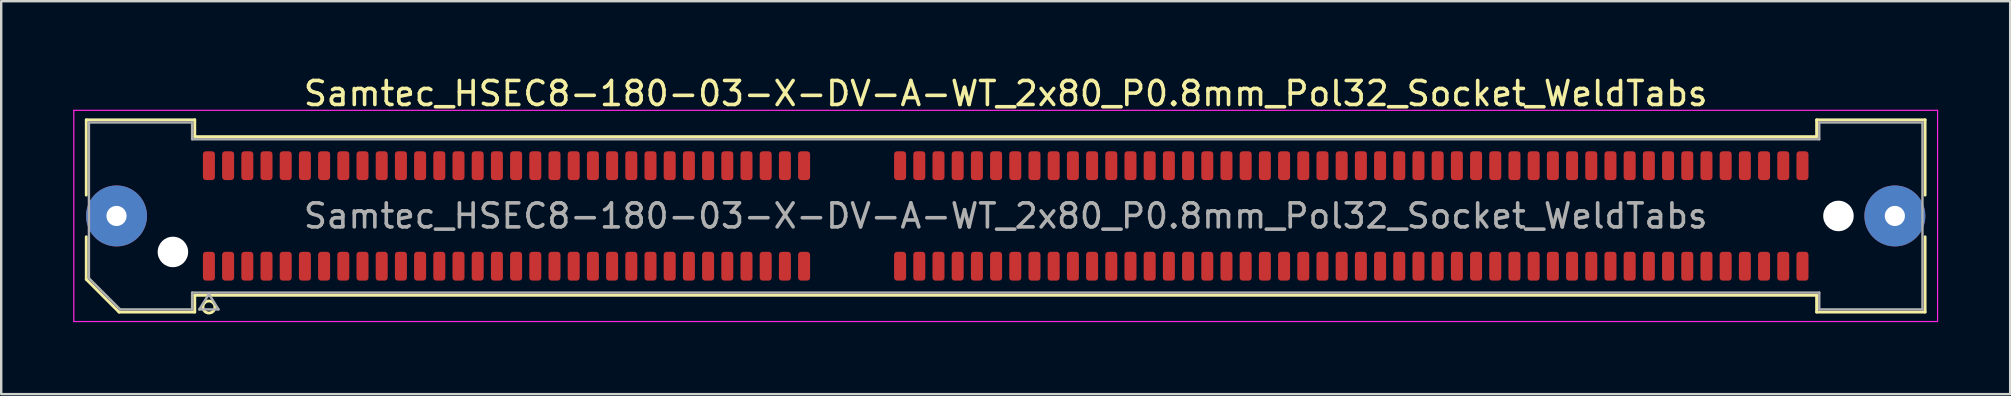
<source format=kicad_pcb>
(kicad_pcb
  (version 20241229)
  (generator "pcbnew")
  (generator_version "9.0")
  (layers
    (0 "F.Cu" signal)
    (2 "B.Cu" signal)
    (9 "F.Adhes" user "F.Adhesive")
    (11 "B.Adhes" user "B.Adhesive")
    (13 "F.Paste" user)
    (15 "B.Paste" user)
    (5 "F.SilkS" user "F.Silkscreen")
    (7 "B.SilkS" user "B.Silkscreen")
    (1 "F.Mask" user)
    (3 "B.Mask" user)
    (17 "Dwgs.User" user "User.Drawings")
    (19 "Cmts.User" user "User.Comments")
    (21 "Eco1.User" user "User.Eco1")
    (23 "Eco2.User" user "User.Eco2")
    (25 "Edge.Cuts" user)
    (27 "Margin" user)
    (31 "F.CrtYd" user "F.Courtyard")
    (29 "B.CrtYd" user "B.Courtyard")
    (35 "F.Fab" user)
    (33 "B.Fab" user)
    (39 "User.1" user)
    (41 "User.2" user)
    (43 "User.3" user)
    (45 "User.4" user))
  (footprint "Samtec_HSEC8-180-03-X-DV-A-WT_2x80_P0.8mm_Pol32_Socket_WeldTabs"
    (layer "F.Cu")
    (at 38.855 5.948)
    (property "Reference" "Samtec_HSEC8-180-03-X-DV-A-WT_2x80_P0.8mm_Pol32_Socket_WeldTabs" (at 0 -5.1 0) (layer "F.SilkS") (effects (font (size 1 1) (thickness 0.15))))
    (attr smd)
    (fp_line (start -38.31 -4.005) (end -33.79 -4.005) (stroke (width 0.12) (type solid)) (layer "F.SilkS"))
    (fp_line (start -38.31 -0.868) (end -38.31 -4.005) (stroke (width 0.12) (type solid)) (layer "F.SilkS"))
    (fp_line (start -38.31 2.641) (end -38.31 0.868) (stroke (width 0.12) (type solid)) (layer "F.SilkS"))
    (fp_line (start -36.946 4.005) (end -38.31 2.641) (stroke (width 0.12) (type solid)) (layer "F.SilkS"))
    (fp_line (start -33.79 -4.005) (end -33.79 -3.305) (stroke (width 0.12) (type solid)) (layer "F.SilkS"))
    (fp_line (start -33.79 -3.305) (end 33.79 -3.305) (stroke (width 0.12) (type solid)) (layer "F.SilkS"))
    (fp_line (start -33.79 3.305) (end -33.79 4.005) (stroke (width 0.12) (type solid)) (layer "F.SilkS"))
    (fp_line (start -33.79 4.005) (end -36.946 4.005) (stroke (width 0.12) (type solid)) (layer "F.SilkS"))
    (fp_line (start 33.79 -4.005) (end 38.31 -4.005) (stroke (width 0.12) (type solid)) (layer "F.SilkS"))
    (fp_line (start 33.79 -3.305) (end 33.79 -4.005) (stroke (width 0.12) (type solid)) (layer "F.SilkS"))
    (fp_line (start 33.79 3.305) (end -33.79 3.305) (stroke (width 0.12) (type solid)) (layer "F.SilkS"))
    (fp_line (start 33.79 4.005) (end 33.79 3.305) (stroke (width 0.12) (type solid)) (layer "F.SilkS"))
    (fp_line (start 38.31 -4.005) (end 38.31 -0.868) (stroke (width 0.12) (type solid)) (layer "F.SilkS"))
    (fp_line (start 38.31 0.868) (end 38.31 4.005) (stroke (width 0.12) (type solid)) (layer "F.SilkS"))
    (fp_line (start 38.31 4.005) (end 33.79 4.005) (stroke (width 0.12) (type solid)) (layer "F.SilkS"))
    (fp_circle (center -33.2 3.795) (end -32.95 3.795) (stroke (width 0.12) (type solid)) (fill no) (layer "F.SilkS"))
    (fp_line (start -38.83 -4.4) (end -38.83 4.4) (stroke (width 0.05) (type solid)) (layer "F.CrtYd"))
    (fp_line (start -38.83 4.4) (end 38.83 4.4) (stroke (width 0.05) (type solid)) (layer "F.CrtYd"))
    (fp_line (start 38.83 -4.4) (end -38.83 -4.4) (stroke (width 0.05) (type solid)) (layer "F.CrtYd"))
    (fp_line (start 38.83 4.4) (end 38.83 -4.4) (stroke (width 0.05) (type solid)) (layer "F.CrtYd"))
    (fp_line (start -38.2 -3.895) (end -33.9 -3.895) (stroke (width 0.1) (type solid)) (layer "F.Fab"))
    (fp_line (start -38.2 2.595) (end -38.2 -3.895) (stroke (width 0.1) (type solid)) (layer "F.Fab"))
    (fp_line (start -36.9 3.895) (end -38.2 2.595) (stroke (width 0.1) (type solid)) (layer "F.Fab"))
    (fp_line (start -33.9 -3.895) (end -33.9 -3.195) (stroke (width 0.1) (type solid)) (layer "F.Fab"))
    (fp_line (start -33.9 -3.195) (end 33.9 -3.195) (stroke (width 0.1) (type solid)) (layer "F.Fab"))
    (fp_line (start -33.9 3.195) (end -33.9 3.895) (stroke (width 0.1) (type solid)) (layer "F.Fab"))
    (fp_line (start -33.9 3.895) (end -36.9 3.895) (stroke (width 0.1) (type solid)) (layer "F.Fab"))
    (fp_line (start -33.6 3.895) (end -33.2 3.255) (stroke (width 0.1) (type solid)) (layer "F.Fab"))
    (fp_line (start -33.2 3.255) (end -32.8 3.895) (stroke (width 0.1) (type solid)) (layer "F.Fab"))
    (fp_line (start -32.8 3.895) (end -33.6 3.895) (stroke (width 0.1) (type solid)) (layer "F.Fab"))
    (fp_line (start 33.9 -3.895) (end 38.2 -3.895) (stroke (width 0.1) (type solid)) (layer "F.Fab"))
    (fp_line (start 33.9 -3.195) (end 33.9 -3.895) (stroke (width 0.1) (type solid)) (layer "F.Fab"))
    (fp_line (start 33.9 3.195) (end -33.9 3.195) (stroke (width 0.1) (type solid)) (layer "F.Fab"))
    (fp_line (start 33.9 3.895) (end 33.9 3.195) (stroke (width 0.1) (type solid)) (layer "F.Fab"))
    (fp_line (start 38.2 -3.895) (end 38.2 3.895) (stroke (width 0.1) (type solid)) (layer "F.Fab"))
    (fp_line (start 38.2 3.895) (end 33.9 3.895) (stroke (width 0.1) (type solid)) (layer "F.Fab"))
    (fp_text user "${REFERENCE}" (at 0 0 0) (layer "F.Fab") (effects (font (size 1 1) (thickness 0.15))))
    (pad "" thru_hole circle (at -37.05 0) (size 2.54 2.54) (drill 0.84) (layers "*.Cu" "*.Mask" "F.Paste"))
    (pad "" np_thru_hole circle (at -34.7 1.5) (size 1.27 1.27) (drill 1.27) (layers "*.Cu" "*.Mask"))
    (pad "" np_thru_hole circle (at 34.7 0) (size 1.27 1.27) (drill 1.27) (layers "*.Cu" "*.Mask"))
    (pad "" thru_hole circle (at 37.05 0) (size 2.54 2.54) (drill 0.84) (layers "*.Cu" "*.Mask" "F.Paste"))
    (pad "1" smd roundrect (at -33.2 2.095) (size 0.5 1.2) (layers "F.Cu" "F.Mask" "F.Paste") (roundrect_rratio 0.25))
    (pad "2" smd roundrect (at -33.2 -2.095) (size 0.5 1.2) (layers "F.Cu" "F.Mask" "F.Paste") (roundrect_rratio 0.25))
    (pad "3" smd roundrect (at -32.4 2.095) (size 0.5 1.2) (layers "F.Cu" "F.Mask" "F.Paste") (roundrect_rratio 0.25))
    (pad "4" smd roundrect (at -32.4 -2.095) (size 0.5 1.2) (layers "F.Cu" "F.Mask" "F.Paste") (roundrect_rratio 0.25))
    (pad "5" smd roundrect (at -31.6 2.095) (size 0.5 1.2) (layers "F.Cu" "F.Mask" "F.Paste") (roundrect_rratio 0.25))
    (pad "6" smd roundrect (at -31.6 -2.095) (size 0.5 1.2) (layers "F.Cu" "F.Mask" "F.Paste") (roundrect_rratio 0.25))
    (pad "7" smd roundrect (at -30.8 2.095) (size 0.5 1.2) (layers "F.Cu" "F.Mask" "F.Paste") (roundrect_rratio 0.25))
    (pad "8" smd roundrect (at -30.8 -2.095) (size 0.5 1.2) (layers "F.Cu" "F.Mask" "F.Paste") (roundrect_rratio 0.25))
    (pad "9" smd roundrect (at -30 2.095) (size 0.5 1.2) (layers "F.Cu" "F.Mask" "F.Paste") (roundrect_rratio 0.25))
    (pad "10" smd roundrect (at -30 -2.095) (size 0.5 1.2) (layers "F.Cu" "F.Mask" "F.Paste") (roundrect_rratio 0.25))
    (pad "11" smd roundrect (at -29.2 2.095) (size 0.5 1.2) (layers "F.Cu" "F.Mask" "F.Paste") (roundrect_rratio 0.25))
    (pad "12" smd roundrect (at -29.2 -2.095) (size 0.5 1.2) (layers "F.Cu" "F.Mask" "F.Paste") (roundrect_rratio 0.25))
    (pad "13" smd roundrect (at -28.4 2.095) (size 0.5 1.2) (layers "F.Cu" "F.Mask" "F.Paste") (roundrect_rratio 0.25))
    (pad "14" smd roundrect (at -28.4 -2.095) (size 0.5 1.2) (layers "F.Cu" "F.Mask" "F.Paste") (roundrect_rratio 0.25))
    (pad "15" smd roundrect (at -27.6 2.095) (size 0.5 1.2) (layers "F.Cu" "F.Mask" "F.Paste") (roundrect_rratio 0.25))
    (pad "16" smd roundrect (at -27.6 -2.095) (size 0.5 1.2) (layers "F.Cu" "F.Mask" "F.Paste") (roundrect_rratio 0.25))
    (pad "17" smd roundrect (at -26.8 2.095) (size 0.5 1.2) (layers "F.Cu" "F.Mask" "F.Paste") (roundrect_rratio 0.25))
    (pad "18" smd roundrect (at -26.8 -2.095) (size 0.5 1.2) (layers "F.Cu" "F.Mask" "F.Paste") (roundrect_rratio 0.25))
    (pad "19" smd roundrect (at -26 2.095) (size 0.5 1.2) (layers "F.Cu" "F.Mask" "F.Paste") (roundrect_rratio 0.25))
    (pad "20" smd roundrect (at -26 -2.095) (size 0.5 1.2) (layers "F.Cu" "F.Mask" "F.Paste") (roundrect_rratio 0.25))
    (pad "21" smd roundrect (at -25.2 2.095) (size 0.5 1.2) (layers "F.Cu" "F.Mask" "F.Paste") (roundrect_rratio 0.25))
    (pad "22" smd roundrect (at -25.2 -2.095) (size 0.5 1.2) (layers "F.Cu" "F.Mask" "F.Paste") (roundrect_rratio 0.25))
    (pad "23" smd roundrect (at -24.4 2.095) (size 0.5 1.2) (layers "F.Cu" "F.Mask" "F.Paste") (roundrect_rratio 0.25))
    (pad "24" smd roundrect (at -24.4 -2.095) (size 0.5 1.2) (layers "F.Cu" "F.Mask" "F.Paste") (roundrect_rratio 0.25))
    (pad "25" smd roundrect (at -23.6 2.095) (size 0.5 1.2) (layers "F.Cu" "F.Mask" "F.Paste") (roundrect_rratio 0.25))
    (pad "26" smd roundrect (at -23.6 -2.095) (size 0.5 1.2) (layers "F.Cu" "F.Mask" "F.Paste") (roundrect_rratio 0.25))
    (pad "27" smd roundrect (at -22.8 2.095) (size 0.5 1.2) (layers "F.Cu" "F.Mask" "F.Paste") (roundrect_rratio 0.25))
    (pad "28" smd roundrect (at -22.8 -2.095) (size 0.5 1.2) (layers "F.Cu" "F.Mask" "F.Paste") (roundrect_rratio 0.25))
    (pad "29" smd roundrect (at -22 2.095) (size 0.5 1.2) (layers "F.Cu" "F.Mask" "F.Paste") (roundrect_rratio 0.25))
    (pad "30" smd roundrect (at -22 -2.095) (size 0.5 1.2) (layers "F.Cu" "F.Mask" "F.Paste") (roundrect_rratio 0.25))
    (pad "31" smd roundrect (at -21.2 2.095) (size 0.5 1.2) (layers "F.Cu" "F.Mask" "F.Paste") (roundrect_rratio 0.25))
    (pad "32" smd roundrect (at -21.2 -2.095) (size 0.5 1.2) (layers "F.Cu" "F.Mask" "F.Paste") (roundrect_rratio 0.25))
    (pad "33" smd roundrect (at -20.4 2.095) (size 0.5 1.2) (layers "F.Cu" "F.Mask" "F.Paste") (roundrect_rratio 0.25))
    (pad "34" smd roundrect (at -20.4 -2.095) (size 0.5 1.2) (layers "F.Cu" "F.Mask" "F.Paste") (roundrect_rratio 0.25))
    (pad "35" smd roundrect (at -19.6 2.095) (size 0.5 1.2) (layers "F.Cu" "F.Mask" "F.Paste") (roundrect_rratio 0.25))
    (pad "36" smd roundrect (at -19.6 -2.095) (size 0.5 1.2) (layers "F.Cu" "F.Mask" "F.Paste") (roundrect_rratio 0.25))
    (pad "37" smd roundrect (at -18.8 2.095) (size 0.5 1.2) (layers "F.Cu" "F.Mask" "F.Paste") (roundrect_rratio 0.25))
    (pad "38" smd roundrect (at -18.8 -2.095) (size 0.5 1.2) (layers "F.Cu" "F.Mask" "F.Paste") (roundrect_rratio 0.25))
    (pad "39" smd roundrect (at -18 2.095) (size 0.5 1.2) (layers "F.Cu" "F.Mask" "F.Paste") (roundrect_rratio 0.25))
    (pad "40" smd roundrect (at -18 -2.095) (size 0.5 1.2) (layers "F.Cu" "F.Mask" "F.Paste") (roundrect_rratio 0.25))
    (pad "41" smd roundrect (at -17.2 2.095) (size 0.5 1.2) (layers "F.Cu" "F.Mask" "F.Paste") (roundrect_rratio 0.25))
    (pad "42" smd roundrect (at -17.2 -2.095) (size 0.5 1.2) (layers "F.Cu" "F.Mask" "F.Paste") (roundrect_rratio 0.25))
    (pad "43" smd roundrect (at -16.4 2.095) (size 0.5 1.2) (layers "F.Cu" "F.Mask" "F.Paste") (roundrect_rratio 0.25))
    (pad "44" smd roundrect (at -16.4 -2.095) (size 0.5 1.2) (layers "F.Cu" "F.Mask" "F.Paste") (roundrect_rratio 0.25))
    (pad "45" smd roundrect (at -15.6 2.095) (size 0.5 1.2) (layers "F.Cu" "F.Mask" "F.Paste") (roundrect_rratio 0.25))
    (pad "46" smd roundrect (at -15.6 -2.095) (size 0.5 1.2) (layers "F.Cu" "F.Mask" "F.Paste") (roundrect_rratio 0.25))
    (pad "47" smd roundrect (at -14.8 2.095) (size 0.5 1.2) (layers "F.Cu" "F.Mask" "F.Paste") (roundrect_rratio 0.25))
    (pad "48" smd roundrect (at -14.8 -2.095) (size 0.5 1.2) (layers "F.Cu" "F.Mask" "F.Paste") (roundrect_rratio 0.25))
    (pad "49" smd roundrect (at -14 2.095) (size 0.5 1.2) (layers "F.Cu" "F.Mask" "F.Paste") (roundrect_rratio 0.25))
    (pad "50" smd roundrect (at -14 -2.095) (size 0.5 1.2) (layers "F.Cu" "F.Mask" "F.Paste") (roundrect_rratio 0.25))
    (pad "51" smd roundrect (at -13.2 2.095) (size 0.5 1.2) (layers "F.Cu" "F.Mask" "F.Paste") (roundrect_rratio 0.25))
    (pad "52" smd roundrect (at -13.2 -2.095) (size 0.5 1.2) (layers "F.Cu" "F.Mask" "F.Paste") (roundrect_rratio 0.25))
    (pad "53" smd roundrect (at -12.4 2.095) (size 0.5 1.2) (layers "F.Cu" "F.Mask" "F.Paste") (roundrect_rratio 0.25))
    (pad "54" smd roundrect (at -12.4 -2.095) (size 0.5 1.2) (layers "F.Cu" "F.Mask" "F.Paste") (roundrect_rratio 0.25))
    (pad "55" smd roundrect (at -11.6 2.095) (size 0.5 1.2) (layers "F.Cu" "F.Mask" "F.Paste") (roundrect_rratio 0.25))
    (pad "56" smd roundrect (at -11.6 -2.095) (size 0.5 1.2) (layers "F.Cu" "F.Mask" "F.Paste") (roundrect_rratio 0.25))
    (pad "57" smd roundrect (at -10.8 2.095) (size 0.5 1.2) (layers "F.Cu" "F.Mask" "F.Paste") (roundrect_rratio 0.25))
    (pad "58" smd roundrect (at -10.8 -2.095) (size 0.5 1.2) (layers "F.Cu" "F.Mask" "F.Paste") (roundrect_rratio 0.25))
    (pad "59" smd roundrect (at -10 2.095) (size 0.5 1.2) (layers "F.Cu" "F.Mask" "F.Paste") (roundrect_rratio 0.25))
    (pad "60" smd roundrect (at -10 -2.095) (size 0.5 1.2) (layers "F.Cu" "F.Mask" "F.Paste") (roundrect_rratio 0.25))
    (pad "61" smd roundrect (at -9.2 2.095) (size 0.5 1.2) (layers "F.Cu" "F.Mask" "F.Paste") (roundrect_rratio 0.25))
    (pad "62" smd roundrect (at -9.2 -2.095) (size 0.5 1.2) (layers "F.Cu" "F.Mask" "F.Paste") (roundrect_rratio 0.25))
    (pad "63" smd roundrect (at -8.4 2.095) (size 0.5 1.2) (layers "F.Cu" "F.Mask" "F.Paste") (roundrect_rratio 0.25))
    (pad "64" smd roundrect (at -8.4 -2.095) (size 0.5 1.2) (layers "F.Cu" "F.Mask" "F.Paste") (roundrect_rratio 0.25))
    (pad "65" smd roundrect (at -4.4 2.095) (size 0.5 1.2) (layers "F.Cu" "F.Mask" "F.Paste") (roundrect_rratio 0.25))
    (pad "66" smd roundrect (at -4.4 -2.095) (size 0.5 1.2) (layers "F.Cu" "F.Mask" "F.Paste") (roundrect_rratio 0.25))
    (pad "67" smd roundrect (at -3.6 2.095) (size 0.5 1.2) (layers "F.Cu" "F.Mask" "F.Paste") (roundrect_rratio 0.25))
    (pad "68" smd roundrect (at -3.6 -2.095) (size 0.5 1.2) (layers "F.Cu" "F.Mask" "F.Paste") (roundrect_rratio 0.25))
    (pad "69" smd roundrect (at -2.8 2.095) (size 0.5 1.2) (layers "F.Cu" "F.Mask" "F.Paste") (roundrect_rratio 0.25))
    (pad "70" smd roundrect (at -2.8 -2.095) (size 0.5 1.2) (layers "F.Cu" "F.Mask" "F.Paste") (roundrect_rratio 0.25))
    (pad "71" smd roundrect (at -2 2.095) (size 0.5 1.2) (layers "F.Cu" "F.Mask" "F.Paste") (roundrect_rratio 0.25))
    (pad "72" smd roundrect (at -2 -2.095) (size 0.5 1.2) (layers "F.Cu" "F.Mask" "F.Paste") (roundrect_rratio 0.25))
    (pad "73" smd roundrect (at -1.2 2.095) (size 0.5 1.2) (layers "F.Cu" "F.Mask" "F.Paste") (roundrect_rratio 0.25))
    (pad "74" smd roundrect (at -1.2 -2.095) (size 0.5 1.2) (layers "F.Cu" "F.Mask" "F.Paste") (roundrect_rratio 0.25))
    (pad "75" smd roundrect (at -0.4 2.095) (size 0.5 1.2) (layers "F.Cu" "F.Mask" "F.Paste") (roundrect_rratio 0.25))
    (pad "76" smd roundrect (at -0.4 -2.095) (size 0.5 1.2) (layers "F.Cu" "F.Mask" "F.Paste") (roundrect_rratio 0.25))
    (pad "77" smd roundrect (at 0.4 2.095) (size 0.5 1.2) (layers "F.Cu" "F.Mask" "F.Paste") (roundrect_rratio 0.25))
    (pad "78" smd roundrect (at 0.4 -2.095) (size 0.5 1.2) (layers "F.Cu" "F.Mask" "F.Paste") (roundrect_rratio 0.25))
    (pad "79" smd roundrect (at 1.2 2.095) (size 0.5 1.2) (layers "F.Cu" "F.Mask" "F.Paste") (roundrect_rratio 0.25))
    (pad "80" smd roundrect (at 1.2 -2.095) (size 0.5 1.2) (layers "F.Cu" "F.Mask" "F.Paste") (roundrect_rratio 0.25))
    (pad "81" smd roundrect (at 2 2.095) (size 0.5 1.2) (layers "F.Cu" "F.Mask" "F.Paste") (roundrect_rratio 0.25))
    (pad "82" smd roundrect (at 2 -2.095) (size 0.5 1.2) (layers "F.Cu" "F.Mask" "F.Paste") (roundrect_rratio 0.25))
    (pad "83" smd roundrect (at 2.8 2.095) (size 0.5 1.2) (layers "F.Cu" "F.Mask" "F.Paste") (roundrect_rratio 0.25))
    (pad "84" smd roundrect (at 2.8 -2.095) (size 0.5 1.2) (layers "F.Cu" "F.Mask" "F.Paste") (roundrect_rratio 0.25))
    (pad "85" smd roundrect (at 3.6 2.095) (size 0.5 1.2) (layers "F.Cu" "F.Mask" "F.Paste") (roundrect_rratio 0.25))
    (pad "86" smd roundrect (at 3.6 -2.095) (size 0.5 1.2) (layers "F.Cu" "F.Mask" "F.Paste") (roundrect_rratio 0.25))
    (pad "87" smd roundrect (at 4.4 2.095) (size 0.5 1.2) (layers "F.Cu" "F.Mask" "F.Paste") (roundrect_rratio 0.25))
    (pad "88" smd roundrect (at 4.4 -2.095) (size 0.5 1.2) (layers "F.Cu" "F.Mask" "F.Paste") (roundrect_rratio 0.25))
    (pad "89" smd roundrect (at 5.2 2.095) (size 0.5 1.2) (layers "F.Cu" "F.Mask" "F.Paste") (roundrect_rratio 0.25))
    (pad "90" smd roundrect (at 5.2 -2.095) (size 0.5 1.2) (layers "F.Cu" "F.Mask" "F.Paste") (roundrect_rratio 0.25))
    (pad "91" smd roundrect (at 6 2.095) (size 0.5 1.2) (layers "F.Cu" "F.Mask" "F.Paste") (roundrect_rratio 0.25))
    (pad "92" smd roundrect (at 6 -2.095) (size 0.5 1.2) (layers "F.Cu" "F.Mask" "F.Paste") (roundrect_rratio 0.25))
    (pad "93" smd roundrect (at 6.8 2.095) (size 0.5 1.2) (layers "F.Cu" "F.Mask" "F.Paste") (roundrect_rratio 0.25))
    (pad "94" smd roundrect (at 6.8 -2.095) (size 0.5 1.2) (layers "F.Cu" "F.Mask" "F.Paste") (roundrect_rratio 0.25))
    (pad "95" smd roundrect (at 7.6 2.095) (size 0.5 1.2) (layers "F.Cu" "F.Mask" "F.Paste") (roundrect_rratio 0.25))
    (pad "96" smd roundrect (at 7.6 -2.095) (size 0.5 1.2) (layers "F.Cu" "F.Mask" "F.Paste") (roundrect_rratio 0.25))
    (pad "97" smd roundrect (at 8.4 2.095) (size 0.5 1.2) (layers "F.Cu" "F.Mask" "F.Paste") (roundrect_rratio 0.25))
    (pad "98" smd roundrect (at 8.4 -2.095) (size 0.5 1.2) (layers "F.Cu" "F.Mask" "F.Paste") (roundrect_rratio 0.25))
    (pad "99" smd roundrect (at 9.2 2.095) (size 0.5 1.2) (layers "F.Cu" "F.Mask" "F.Paste") (roundrect_rratio 0.25))
    (pad "100" smd roundrect (at 9.2 -2.095) (size 0.5 1.2) (layers "F.Cu" "F.Mask" "F.Paste") (roundrect_rratio 0.25))
    (pad "101" smd roundrect (at 10 2.095) (size 0.5 1.2) (layers "F.Cu" "F.Mask" "F.Paste") (roundrect_rratio 0.25))
    (pad "102" smd roundrect (at 10 -2.095) (size 0.5 1.2) (layers "F.Cu" "F.Mask" "F.Paste") (roundrect_rratio 0.25))
    (pad "103" smd roundrect (at 10.8 2.095) (size 0.5 1.2) (layers "F.Cu" "F.Mask" "F.Paste") (roundrect_rratio 0.25))
    (pad "104" smd roundrect (at 10.8 -2.095) (size 0.5 1.2) (layers "F.Cu" "F.Mask" "F.Paste") (roundrect_rratio 0.25))
    (pad "105" smd roundrect (at 11.6 2.095) (size 0.5 1.2) (layers "F.Cu" "F.Mask" "F.Paste") (roundrect_rratio 0.25))
    (pad "106" smd roundrect (at 11.6 -2.095) (size 0.5 1.2) (layers "F.Cu" "F.Mask" "F.Paste") (roundrect_rratio 0.25))
    (pad "107" smd roundrect (at 12.4 2.095) (size 0.5 1.2) (layers "F.Cu" "F.Mask" "F.Paste") (roundrect_rratio 0.25))
    (pad "108" smd roundrect (at 12.4 -2.095) (size 0.5 1.2) (layers "F.Cu" "F.Mask" "F.Paste") (roundrect_rratio 0.25))
    (pad "109" smd roundrect (at 13.2 2.095) (size 0.5 1.2) (layers "F.Cu" "F.Mask" "F.Paste") (roundrect_rratio 0.25))
    (pad "110" smd roundrect (at 13.2 -2.095) (size 0.5 1.2) (layers "F.Cu" "F.Mask" "F.Paste") (roundrect_rratio 0.25))
    (pad "111" smd roundrect (at 14 2.095) (size 0.5 1.2) (layers "F.Cu" "F.Mask" "F.Paste") (roundrect_rratio 0.25))
    (pad "112" smd roundrect (at 14 -2.095) (size 0.5 1.2) (layers "F.Cu" "F.Mask" "F.Paste") (roundrect_rratio 0.25))
    (pad "113" smd roundrect (at 14.8 2.095) (size 0.5 1.2) (layers "F.Cu" "F.Mask" "F.Paste") (roundrect_rratio 0.25))
    (pad "114" smd roundrect (at 14.8 -2.095) (size 0.5 1.2) (layers "F.Cu" "F.Mask" "F.Paste") (roundrect_rratio 0.25))
    (pad "115" smd roundrect (at 15.6 2.095) (size 0.5 1.2) (layers "F.Cu" "F.Mask" "F.Paste") (roundrect_rratio 0.25))
    (pad "116" smd roundrect (at 15.6 -2.095) (size 0.5 1.2) (layers "F.Cu" "F.Mask" "F.Paste") (roundrect_rratio 0.25))
    (pad "117" smd roundrect (at 16.4 2.095) (size 0.5 1.2) (layers "F.Cu" "F.Mask" "F.Paste") (roundrect_rratio 0.25))
    (pad "118" smd roundrect (at 16.4 -2.095) (size 0.5 1.2) (layers "F.Cu" "F.Mask" "F.Paste") (roundrect_rratio 0.25))
    (pad "119" smd roundrect (at 17.2 2.095) (size 0.5 1.2) (layers "F.Cu" "F.Mask" "F.Paste") (roundrect_rratio 0.25))
    (pad "120" smd roundrect (at 17.2 -2.095) (size 0.5 1.2) (layers "F.Cu" "F.Mask" "F.Paste") (roundrect_rratio 0.25))
    (pad "121" smd roundrect (at 18 2.095) (size 0.5 1.2) (layers "F.Cu" "F.Mask" "F.Paste") (roundrect_rratio 0.25))
    (pad "122" smd roundrect (at 18 -2.095) (size 0.5 1.2) (layers "F.Cu" "F.Mask" "F.Paste") (roundrect_rratio 0.25))
    (pad "123" smd roundrect (at 18.8 2.095) (size 0.5 1.2) (layers "F.Cu" "F.Mask" "F.Paste") (roundrect_rratio 0.25))
    (pad "124" smd roundrect (at 18.8 -2.095) (size 0.5 1.2) (layers "F.Cu" "F.Mask" "F.Paste") (roundrect_rratio 0.25))
    (pad "125" smd roundrect (at 19.6 2.095) (size 0.5 1.2) (layers "F.Cu" "F.Mask" "F.Paste") (roundrect_rratio 0.25))
    (pad "126" smd roundrect (at 19.6 -2.095) (size 0.5 1.2) (layers "F.Cu" "F.Mask" "F.Paste") (roundrect_rratio 0.25))
    (pad "127" smd roundrect (at 20.4 2.095) (size 0.5 1.2) (layers "F.Cu" "F.Mask" "F.Paste") (roundrect_rratio 0.25))
    (pad "128" smd roundrect (at 20.4 -2.095) (size 0.5 1.2) (layers "F.Cu" "F.Mask" "F.Paste") (roundrect_rratio 0.25))
    (pad "129" smd roundrect (at 21.2 2.095) (size 0.5 1.2) (layers "F.Cu" "F.Mask" "F.Paste") (roundrect_rratio 0.25))
    (pad "130" smd roundrect (at 21.2 -2.095) (size 0.5 1.2) (layers "F.Cu" "F.Mask" "F.Paste") (roundrect_rratio 0.25))
    (pad "131" smd roundrect (at 22 2.095) (size 0.5 1.2) (layers "F.Cu" "F.Mask" "F.Paste") (roundrect_rratio 0.25))
    (pad "132" smd roundrect (at 22 -2.095) (size 0.5 1.2) (layers "F.Cu" "F.Mask" "F.Paste") (roundrect_rratio 0.25))
    (pad "133" smd roundrect (at 22.8 2.095) (size 0.5 1.2) (layers "F.Cu" "F.Mask" "F.Paste") (roundrect_rratio 0.25))
    (pad "134" smd roundrect (at 22.8 -2.095) (size 0.5 1.2) (layers "F.Cu" "F.Mask" "F.Paste") (roundrect_rratio 0.25))
    (pad "135" smd roundrect (at 23.6 2.095) (size 0.5 1.2) (layers "F.Cu" "F.Mask" "F.Paste") (roundrect_rratio 0.25))
    (pad "136" smd roundrect (at 23.6 -2.095) (size 0.5 1.2) (layers "F.Cu" "F.Mask" "F.Paste") (roundrect_rratio 0.25))
    (pad "137" smd roundrect (at 24.4 2.095) (size 0.5 1.2) (layers "F.Cu" "F.Mask" "F.Paste") (roundrect_rratio 0.25))
    (pad "138" smd roundrect (at 24.4 -2.095) (size 0.5 1.2) (layers "F.Cu" "F.Mask" "F.Paste") (roundrect_rratio 0.25))
    (pad "139" smd roundrect (at 25.2 2.095) (size 0.5 1.2) (layers "F.Cu" "F.Mask" "F.Paste") (roundrect_rratio 0.25))
    (pad "140" smd roundrect (at 25.2 -2.095) (size 0.5 1.2) (layers "F.Cu" "F.Mask" "F.Paste") (roundrect_rratio 0.25))
    (pad "141" smd roundrect (at 26 2.095) (size 0.5 1.2) (layers "F.Cu" "F.Mask" "F.Paste") (roundrect_rratio 0.25))
    (pad "142" smd roundrect (at 26 -2.095) (size 0.5 1.2) (layers "F.Cu" "F.Mask" "F.Paste") (roundrect_rratio 0.25))
    (pad "143" smd roundrect (at 26.8 2.095) (size 0.5 1.2) (layers "F.Cu" "F.Mask" "F.Paste") (roundrect_rratio 0.25))
    (pad "144" smd roundrect (at 26.8 -2.095) (size 0.5 1.2) (layers "F.Cu" "F.Mask" "F.Paste") (roundrect_rratio 0.25))
    (pad "145" smd roundrect (at 27.6 2.095) (size 0.5 1.2) (layers "F.Cu" "F.Mask" "F.Paste") (roundrect_rratio 0.25))
    (pad "146" smd roundrect (at 27.6 -2.095) (size 0.5 1.2) (layers "F.Cu" "F.Mask" "F.Paste") (roundrect_rratio 0.25))
    (pad "147" smd roundrect (at 28.4 2.095) (size 0.5 1.2) (layers "F.Cu" "F.Mask" "F.Paste") (roundrect_rratio 0.25))
    (pad "148" smd roundrect (at 28.4 -2.095) (size 0.5 1.2) (layers "F.Cu" "F.Mask" "F.Paste") (roundrect_rratio 0.25))
    (pad "149" smd roundrect (at 29.2 2.095) (size 0.5 1.2) (layers "F.Cu" "F.Mask" "F.Paste") (roundrect_rratio 0.25))
    (pad "150" smd roundrect (at 29.2 -2.095) (size 0.5 1.2) (layers "F.Cu" "F.Mask" "F.Paste") (roundrect_rratio 0.25))
    (pad "151" smd roundrect (at 30 2.095) (size 0.5 1.2) (layers "F.Cu" "F.Mask" "F.Paste") (roundrect_rratio 0.25))
    (pad "152" smd roundrect (at 30 -2.095) (size 0.5 1.2) (layers "F.Cu" "F.Mask" "F.Paste") (roundrect_rratio 0.25))
    (pad "153" smd roundrect (at 30.8 2.095) (size 0.5 1.2) (layers "F.Cu" "F.Mask" "F.Paste") (roundrect_rratio 0.25))
    (pad "154" smd roundrect (at 30.8 -2.095) (size 0.5 1.2) (layers "F.Cu" "F.Mask" "F.Paste") (roundrect_rratio 0.25))
    (pad "155" smd roundrect (at 31.6 2.095) (size 0.5 1.2) (layers "F.Cu" "F.Mask" "F.Paste") (roundrect_rratio 0.25))
    (pad "156" smd roundrect (at 31.6 -2.095) (size 0.5 1.2) (layers "F.Cu" "F.Mask" "F.Paste") (roundrect_rratio 0.25))
    (pad "157" smd roundrect (at 32.4 2.095) (size 0.5 1.2) (layers "F.Cu" "F.Mask" "F.Paste") (roundrect_rratio 0.25))
    (pad "158" smd roundrect (at 32.4 -2.095) (size 0.5 1.2) (layers "F.Cu" "F.Mask" "F.Paste") (roundrect_rratio 0.25))
    (pad "159" smd roundrect (at 33.2 2.095) (size 0.5 1.2) (layers "F.Cu" "F.Mask" "F.Paste") (roundrect_rratio 0.25))
    (pad "160" smd roundrect (at 33.2 -2.095) (size 0.5 1.2) (layers "F.Cu" "F.Mask" "F.Paste") (roundrect_rratio 0.25)))
  (gr_rect
    (start -3 -3)
    (end 80.71 13.373)
    (stroke (width 0.1) (type default))
    (fill no)
    (layer "Edge.Cuts")))
</source>
